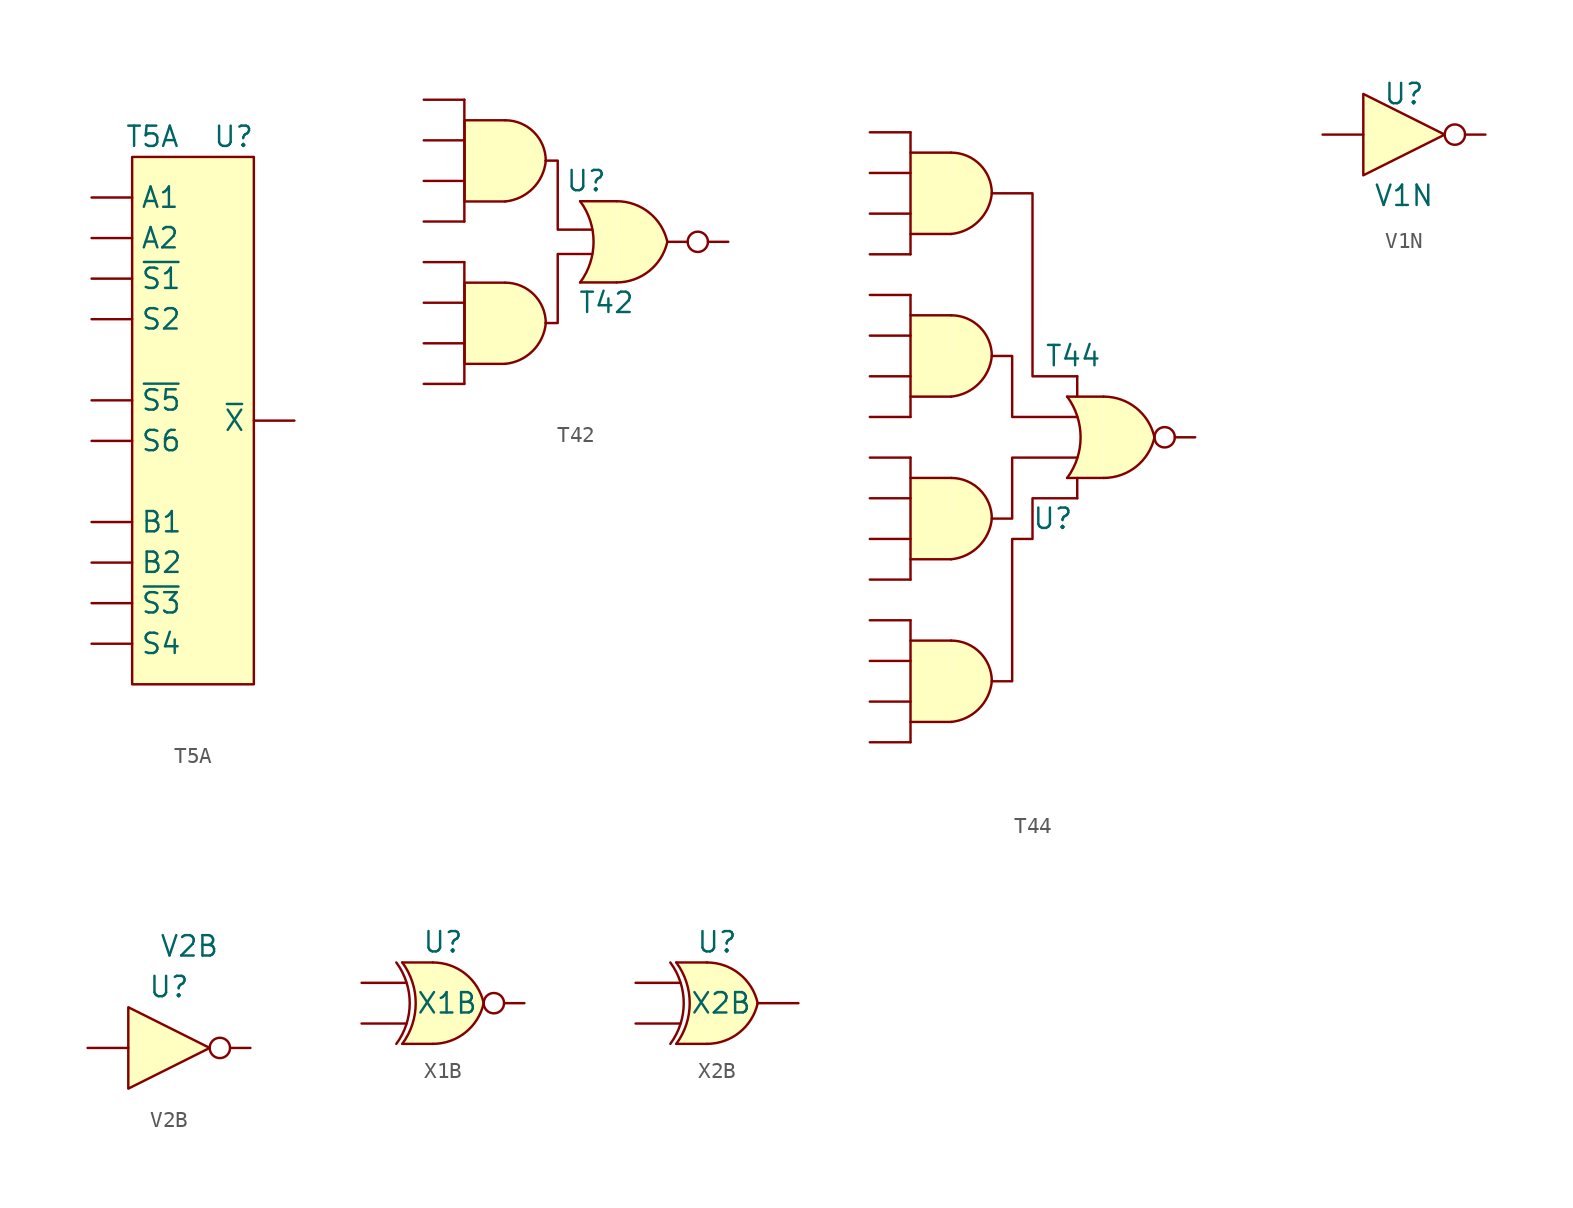
<source format=kicad_sym>
(kicad_symbol_lib
  (version 20220914)
  (generator kicad_symbol_editor)
  (symbol "T5A"
    (property "Reference" "U"
      (at 2.54 17.78 0)
      (effects (font (size 1.27 1.27))))
    (property "Value" "T5A"
      (at -2.54 17.78 0)
      (effects (font (size 1.27 1.27))))
    (symbol "T5A_1_1"
      (rectangle (start -3.81 16.51) (end 3.81 -16.51) (stroke (width 0) (type default)) (fill (type background)))
      (pin input line (at -6.35 13.97 0) (length 2.54) (name "A1" (effects (font (size 1.27 1.27)))) (number "" (effects (font (size 1.27 1.27)))))
      (pin input line (at -6.35 11.43 0) (length 2.54) (name "A2" (effects (font (size 1.27 1.27)))) (number "" (effects (font (size 1.27 1.27)))))
      (pin input line (at -6.35 -6.35 0) (length 2.54) (name "B1" (effects (font (size 1.27 1.27)))) (number "" (effects (font (size 1.27 1.27)))))
      (pin input line (at -6.35 -8.89 0) (length 2.54) (name "B2" (effects (font (size 1.27 1.27)))) (number "" (effects (font (size 1.27 1.27)))))
      (pin input line (at -6.35 6.35 0) (length 2.54) (name "S2" (effects (font (size 1.27 1.27)))) (number "" (effects (font (size 1.27 1.27)))))
      (pin input line (at -6.35 -13.97 0) (length 2.54) (name "S4" (effects (font (size 1.27 1.27)))) (number "" (effects (font (size 1.27 1.27)))))
      (pin input line (at -6.35 -1.27 0) (length 2.54) (name "S6" (effects (font (size 1.27 1.27)))) (number "" (effects (font (size 1.27 1.27)))))
      (pin input line (at -6.35 8.89 0) (length 2.54) (name "~{S1}" (effects (font (size 1.27 1.27)))) (number "" (effects (font (size 1.27 1.27)))))
      (pin input line (at -6.35 -11.43 0) (length 2.54) (name "~{S3}" (effects (font (size 1.27 1.27)))) (number "" (effects (font (size 1.27 1.27)))))
      (pin input line (at -6.35 1.27 0) (length 2.54) (name "~{S5}" (effects (font (size 1.27 1.27)))) (number "" (effects (font (size 1.27 1.27)))))
      (pin output line (at 6.35 0 180) (length 2.54) (name "~{X}" (effects (font (size 1.27 1.27)))) (number "" (effects (font (size 1.27 1.27)))))))
  (symbol "T42"
    (property "Reference" "U"
      (at 1.27 3.81 0)
      (effects (font (size 1.27 1.27))))
    (property "Value" "T42"
      (at 2.54 -3.81 0)
      (effects (font (size 1.27 1.27))))
    (symbol "T42_1_1"
      (arc (start -3.795 -7.635) (mid -2.0687 -6.8213) (end -1.255 -5.095) (stroke (width 0) (type default)) (fill (type background)))
      (arc (start -3.795 2.525) (mid -2.0687 3.3387) (end -1.255 5.065) (stroke (width 0) (type default)) (fill (type background)))
      (arc (start -1.255 -5.095) (mid -1.9989 -3.2989) (end -3.795 -2.555) (stroke (width 0) (type default)) (fill (type background)))
      (arc (start -1.255 5.065) (mid -1.9989 6.8611) (end -3.795 7.605) (stroke (width 0) (type default)) (fill (type background)))
      (polyline (pts (xy -6.35 -1.27) (xy -6.35 -8.89)) (stroke (width 0) (type default)) (fill (type none)))
      (polyline (pts (xy -6.35 8.89) (xy -6.35 1.27)) (stroke (width 0) (type default)) (fill (type none)))
      (polyline (pts (xy 3.175 -2.54) (xy 0.889 -2.54)) (stroke (width 0) (type default)) (fill (type outline)))
      (polyline (pts (xy 3.175 2.54) (xy 0.889 2.54)) (stroke (width 0) (type default)) (fill (type background)))
      (polyline (pts (xy 6.35 0) (xy 7.62 0)) (stroke (width 0) (type default)) (fill (type none)))
      (polyline (pts (xy -3.795 -2.555) (xy -6.335 -2.555) (xy -6.335 -7.635) (xy -3.795 -7.635)) (stroke (width 0) (type default)) (fill (type background)))
      (polyline (pts (xy -3.795 7.605) (xy -6.335 7.605) (xy -6.335 2.525) (xy -3.795 2.525)) (stroke (width 0) (type default)) (fill (type background)))
      (polyline (pts (xy 1.651 -0.762) (xy -0.508 -0.762) (xy -0.508 -5.08) (xy -1.27 -5.08)) (stroke (width 0) (type default)) (fill (type none)))
      (polyline (pts (xy 1.651 0.762) (xy -0.508 0.762) (xy -0.508 5.08) (xy -1.27 5.08)) (stroke (width 0) (type default)) (fill (type none)))
      (polyline (pts (xy 3.175 2.54) (xy 0.889 2.54) (xy 1.27 1.905) (xy 1.524 1.27) (xy 1.651 0.762) (xy 1.702 0.457) (xy 1.727 0.178) (xy 1.727 -0.127) (xy 1.676 -0.66) (xy 1.6 -1.016) (xy 1.499 -1.372) (xy 1.372 -1.676) (xy 1.194 -2.057) (xy 1.016 -2.337) (xy 0.889 -2.54) (xy 3.175 -2.54)) (stroke (width -0.0001) (type default)) (fill (type background)))
      (arc (start 0.8973 -2.5398) (mid 1.7338 0.0001) (end 0.8971 2.54) (stroke (width 0) (type default)) (fill (type none)))
      (arc (start 3.175 -2.54) (mid 5.2091 -1.8283) (end 6.35 0) (stroke (width 0) (type default)) (fill (type background)))
      (arc (start 6.35 0) (mid 5.2094 1.8286) (end 3.175 2.54) (stroke (width 0) (type default)) (fill (type background)))
      (pin input line (at -8.89 -8.89 0) (length 2.54) (name "" (effects (font (size 1.27 1.27)))) (number "" (effects (font (size 1.27 1.27)))))
      (pin input line (at -8.89 -6.35 0) (length 2.54) (name "" (effects (font (size 1.27 1.27)))) (number "" (effects (font (size 1.27 1.27)))))
      (pin input line (at -8.89 -3.81 0) (length 2.54) (name "" (effects (font (size 1.27 1.27)))) (number "" (effects (font (size 1.27 1.27)))))
      (pin input line (at -8.89 -1.27 0) (length 2.54) (name "" (effects (font (size 1.27 1.27)))) (number "" (effects (font (size 1.27 1.27)))))
      (pin input line (at -8.89 1.27 0) (length 2.54) (name "" (effects (font (size 1.27 1.27)))) (number "" (effects (font (size 1.27 1.27)))))
      (pin input line (at -8.89 3.81 0) (length 2.54) (name "" (effects (font (size 1.27 1.27)))) (number "" (effects (font (size 1.27 1.27)))))
      (pin input line (at -8.89 6.35 0) (length 2.54) (name "" (effects (font (size 1.27 1.27)))) (number "" (effects (font (size 1.27 1.27)))))
      (pin input line (at -8.89 8.89 0) (length 2.54) (name "" (effects (font (size 1.27 1.27)))) (number "" (effects (font (size 1.27 1.27)))))
      (pin output inverted (at 10.16 0 180) (length 2.54) (name "" (effects (font (size 1.27 1.27)))) (number "" (effects (font (size 1.27 1.27)))))))
  (symbol "T44"
    (property "Reference" "U"
      (at 1.27 -5.08 0)
      (effects (font (size 1.27 1.27))))
    (property "Value" "T44"
      (at 2.54 5.08 0)
      (effects (font (size 1.27 1.27))))
    (symbol "T44_0_1"
      (polyline (pts (xy -7.62 -17.78) (xy -7.62 -19.05)) (stroke (width 0) (type default)) (fill (type none)))
      (polyline (pts (xy -7.62 -12.7) (xy -7.62 -11.43)) (stroke (width 0) (type default)) (fill (type none)))
      (polyline (pts (xy -7.62 -7.62) (xy -7.62 -8.89)) (stroke (width 0) (type default)) (fill (type none)))
      (polyline (pts (xy -7.62 -2.54) (xy -7.62 -1.27)) (stroke (width 0) (type default)) (fill (type none)))
      (polyline (pts (xy -7.62 2.54) (xy -7.62 1.27)) (stroke (width 0) (type default)) (fill (type none)))
      (polyline (pts (xy -7.62 7.62) (xy -7.62 8.89)) (stroke (width 0) (type default)) (fill (type none)))
      (polyline (pts (xy -7.62 12.7) (xy -7.62 11.43)) (stroke (width 0) (type default)) (fill (type none)))
      (polyline (pts (xy -7.62 17.78) (xy -7.62 19.05)) (stroke (width 0) (type default)) (fill (type none)))
      (polyline (pts (xy 2.794 -3.81) (xy 2.794 -2.54)) (stroke (width 0) (type default)) (fill (type none)))
      (polyline (pts (xy 2.794 3.81) (xy 2.794 2.54)) (stroke (width 0) (type default)) (fill (type none)))
      (polyline (pts (xy -2.54 -5.08) (xy -1.27 -5.08) (xy -1.27 -1.27) (xy 2.794 -1.27)) (stroke (width 0) (type default)) (fill (type none)))
      (polyline (pts (xy -2.54 5.08) (xy -1.27 5.08) (xy -1.27 1.27) (xy 2.794 1.27)) (stroke (width 0) (type default)) (fill (type none)))
      (polyline (pts (xy -2.54 15.24) (xy 0 15.24) (xy 0 3.81) (xy 2.794 3.81)) (stroke (width 0) (type default)) (fill (type none)))
      (polyline (pts (xy -2.54 -15.24) (xy -1.27 -15.24) (xy -1.27 -6.35) (xy 0 -6.35) (xy 0 -3.81) (xy 2.794 -3.81)) (stroke (width 0) (type default)) (fill (type none))))
    (symbol "T44_1_1"
      (arc (start -5.08 -17.78) (mid -3.3537 -16.9663) (end -2.54 -15.24) (stroke (width 0) (type default)) (fill (type background)))
      (arc (start -5.08 -7.62) (mid -3.3537 -6.8063) (end -2.54 -5.08) (stroke (width 0) (type default)) (fill (type background)))
      (arc (start -5.08 2.54) (mid -3.3537 3.3537) (end -2.54 5.08) (stroke (width 0) (type default)) (fill (type background)))
      (arc (start -5.08 12.7) (mid -3.3537 13.5137) (end -2.54 15.24) (stroke (width 0) (type default)) (fill (type background)))
      (arc (start -2.54 -15.24) (mid -3.2839 -13.4439) (end -5.08 -12.7) (stroke (width 0) (type default)) (fill (type background)))
      (arc (start -2.54 -5.08) (mid -3.2839 -3.2839) (end -5.08 -2.54) (stroke (width 0) (type default)) (fill (type background)))
      (arc (start -2.54 5.08) (mid -3.2839 6.8761) (end -5.08 7.62) (stroke (width 0) (type default)) (fill (type background)))
      (arc (start -2.54 15.24) (mid -3.2839 17.0361) (end -5.08 17.78) (stroke (width 0) (type default)) (fill (type background)))
      (polyline (pts (xy 4.445 -2.54) (xy 2.159 -2.54)) (stroke (width 0) (type default)) (fill (type outline)))
      (polyline (pts (xy 4.445 2.54) (xy 2.159 2.54)) (stroke (width 0) (type default)) (fill (type background)))
      (polyline (pts (xy -5.08 -12.7) (xy -7.62 -12.7) (xy -7.62 -17.78) (xy -5.08 -17.78)) (stroke (width 0) (type default)) (fill (type background)))
      (polyline (pts (xy -5.08 -2.54) (xy -7.62 -2.54) (xy -7.62 -7.62) (xy -5.08 -7.62)) (stroke (width 0) (type default)) (fill (type background)))
      (polyline (pts (xy -5.08 7.62) (xy -7.62 7.62) (xy -7.62 2.54) (xy -5.08 2.54)) (stroke (width 0) (type default)) (fill (type background)))
      (polyline (pts (xy -5.08 17.78) (xy -7.62 17.78) (xy -7.62 12.7) (xy -5.08 12.7)) (stroke (width 0) (type default)) (fill (type background)))
      (polyline (pts (xy 4.445 2.54) (xy 2.159 2.54) (xy 2.54 1.905) (xy 2.794 1.27) (xy 2.921 0.762) (xy 2.972 0.457) (xy 2.997 0.178) (xy 2.997 -0.127) (xy 2.946 -0.66) (xy 2.87 -1.016) (xy 2.769 -1.372) (xy 2.642 -1.676) (xy 2.464 -2.057) (xy 2.286 -2.337) (xy 2.159 -2.54) (xy 4.445 -2.54)) (stroke (width -0.0001) (type default)) (fill (type background)))
      (arc (start 2.1673 -2.5398) (mid 3.0038 0.0001) (end 2.1671 2.54) (stroke (width 0) (type default)) (fill (type none)))
      (arc (start 4.445 -2.54) (mid 6.4791 -1.8282) (end 7.62 0) (stroke (width 0) (type default)) (fill (type background)))
      (arc (start 7.62 0) (mid 6.4794 1.8286) (end 4.445 2.54) (stroke (width 0) (type default)) (fill (type background)))
      (pin input line (at -10.16 -19.05 0) (length 2.54) (name "" (effects (font (size 1.27 1.27)))) (number "" (effects (font (size 1.27 1.27)))))
      (pin input line (at -10.16 -16.51 0) (length 2.54) (name "" (effects (font (size 1.27 1.27)))) (number "" (effects (font (size 1.27 1.27)))))
      (pin input line (at -10.16 -13.97 0) (length 2.54) (name "" (effects (font (size 1.27 1.27)))) (number "" (effects (font (size 1.27 1.27)))))
      (pin input line (at -10.16 -11.43 0) (length 2.54) (name "" (effects (font (size 1.27 1.27)))) (number "" (effects (font (size 1.27 1.27)))))
      (pin input line (at -10.16 -8.89 0) (length 2.54) (name "" (effects (font (size 1.27 1.27)))) (number "" (effects (font (size 1.27 1.27)))))
      (pin input line (at -10.16 -6.35 0) (length 2.54) (name "" (effects (font (size 1.27 1.27)))) (number "" (effects (font (size 1.27 1.27)))))
      (pin input line (at -10.16 -3.81 0) (length 2.54) (name "" (effects (font (size 1.27 1.27)))) (number "" (effects (font (size 1.27 1.27)))))
      (pin input line (at -10.16 -1.27 0) (length 2.54) (name "" (effects (font (size 1.27 1.27)))) (number "" (effects (font (size 1.27 1.27)))))
      (pin input line (at -10.16 1.27 0) (length 2.54) (name "" (effects (font (size 1.27 1.27)))) (number "" (effects (font (size 1.27 1.27)))))
      (pin input line (at -10.16 3.81 0) (length 2.54) (name "" (effects (font (size 1.27 1.27)))) (number "" (effects (font (size 1.27 1.27)))))
      (pin input line (at -10.16 6.35 0) (length 2.54) (name "" (effects (font (size 1.27 1.27)))) (number "" (effects (font (size 1.27 1.27)))))
      (pin input line (at -10.16 8.89 0) (length 2.54) (name "" (effects (font (size 1.27 1.27)))) (number "" (effects (font (size 1.27 1.27)))))
      (pin input line (at -10.16 11.43 0) (length 2.54) (name "" (effects (font (size 1.27 1.27)))) (number "" (effects (font (size 1.27 1.27)))))
      (pin input line (at -10.16 13.97 0) (length 2.54) (name "" (effects (font (size 1.27 1.27)))) (number "" (effects (font (size 1.27 1.27)))))
      (pin input line (at -10.16 16.51 0) (length 2.54) (name "" (effects (font (size 1.27 1.27)))) (number "" (effects (font (size 1.27 1.27)))))
      (pin input line (at -10.16 19.05 0) (length 2.54) (name "" (effects (font (size 1.27 1.27)))) (number "" (effects (font (size 1.27 1.27)))))
      (pin output inverted (at 10.16 0 180) (length 2.54) (name "" (effects (font (size 1.27 1.27)))) (number "" (effects (font (size 1.27 1.27)))))))
  (symbol "V1N"
    (property "Reference" "U"
      (at 0 2.54 0)
      (effects (font (size 1.27 1.27))))
    (property "Value" "V1N"
      (at 0 -3.81 0)
      (effects (font (size 1.27 1.27))))
    (symbol "V1N_1_1"
      (polyline (pts (xy -2.54 2.54) (xy -2.54 -2.54) (xy 2.54 0) (xy -2.54 2.54)) (stroke (width 0) (type default)) (fill (type background)))
      (pin input line (at -5.08 0 0) (length 2.54) (name "" (effects (font (size 1.27 1.27)))) (number "" (effects (font (size 1.27 1.27)))))
      (pin output inverted (at 5.08 0 180) (length 2.54) (name "" (effects (font (size 1.27 1.27)))) (number "" (effects (font (size 1.27 1.27)))))))
  (symbol "V2B"
    (property "Reference" "U"
      (at 0 3.81 0)
      (effects (font (size 1.27 1.27))))
    (property "Value" "V2B"
      (at 1.27 6.35 0)
      (effects (font (size 1.27 1.27))))
    (symbol "V2B_1_1"
      (polyline (pts (xy -2.54 2.54) (xy -2.54 -2.54) (xy 2.54 0) (xy -2.54 2.54)) (stroke (width 0) (type default)) (fill (type background)))
      (pin input line (at -5.08 0 0) (length 2.54) (name "" (effects (font (size 1.27 1.27)))) (number "" (effects (font (size 1.27 1.27)))))
      (pin output inverted (at 5.08 0 180) (length 2.54) (name "" (effects (font (size 1.27 1.27)))) (number "" (effects (font (size 1.27 1.27)))))))
  (symbol "X1B"
    (property "Reference" "U"
      (at 0 3.81 0)
      (effects (font (size 1.27 1.27))))
    (property "Value" "X1B"
      (at 0.254 0 0)
      (effects (font (size 1.27 1.27))))
    (symbol "X1B_1_1"
      (arc (start -2.9127 -2.5398) (mid -2.0762 0.0001) (end -2.9129 2.54) (stroke (width 0) (type default)) (fill (type none)))
      (arc (start -2.54 -2.54) (mid -1.7035 -0.0001) (end -2.5402 2.5398) (stroke (width 0) (type default)) (fill (type none)))
      (arc (start -0.635 -2.54) (mid 1.3992 -1.8283) (end 2.54 0) (stroke (width 0) (type default)) (fill (type background)))
      (polyline (pts (xy -0.635 -2.54) (xy -2.54 -2.54)) (stroke (width 0) (type default)) (fill (type outline)))
      (polyline (pts (xy -0.635 2.54) (xy -2.54 2.54)) (stroke (width 0) (type default)) (fill (type background)))
      (polyline (pts (xy -0.635 2.54) (xy -2.54 2.54) (xy -2.159 1.905) (xy -1.905 1.27) (xy -1.778 0.762) (xy -1.727 0.457) (xy -1.702 0.178) (xy -1.702 -0.127) (xy -1.753 -0.66) (xy -1.829 -1.016) (xy -1.93 -1.372) (xy -2.057 -1.676) (xy -2.235 -2.057) (xy -2.413 -2.337) (xy -2.54 -2.54) (xy -0.635 -2.54)) (stroke (width -0.0001) (type default)) (fill (type background)))
      (arc (start 2.54 0) (mid 1.3994 1.8287) (end -0.635 2.54) (stroke (width 0) (type default)) (fill (type background)))
      (pin input line (at -5.08 -1.27 0) (length 2.794) (name "" (effects (font (size 1.27 1.27)))) (number "" (effects (font (size 1.27 1.27)))))
      (pin input line (at -5.08 1.27 0) (length 2.794) (name "" (effects (font (size 1.27 1.27)))) (number "" (effects (font (size 1.27 1.27)))))
      (pin output inverted (at 5.08 0 180) (length 2.54) (name "" (effects (font (size 1.27 1.27)))) (number "" (effects (font (size 1.27 1.27)))))))
  (symbol "X2B"
    (property "Reference" "U"
      (at 0 3.81 0)
      (effects (font (size 1.27 1.27))))
    (property "Value" "X2B"
      (at 0.254 0 0)
      (effects (font (size 1.27 1.27))))
    (symbol "X2B_1_1"
      (arc (start -2.9127 -2.5398) (mid -2.0762 0.0001) (end -2.9129 2.54) (stroke (width 0) (type default)) (fill (type none)))
      (arc (start -2.54 -2.54) (mid -1.7035 -0.0001) (end -2.5402 2.5398) (stroke (width 0) (type default)) (fill (type none)))
      (arc (start -0.635 -2.54) (mid 1.3992 -1.8283) (end 2.54 0) (stroke (width 0) (type default)) (fill (type background)))
      (polyline (pts (xy -0.635 -2.54) (xy -2.54 -2.54)) (stroke (width 0) (type default)) (fill (type outline)))
      (polyline (pts (xy -0.635 2.54) (xy -2.54 2.54)) (stroke (width 0) (type default)) (fill (type background)))
      (polyline (pts (xy -0.635 2.54) (xy -2.54 2.54) (xy -2.159 1.905) (xy -1.905 1.27) (xy -1.778 0.762) (xy -1.727 0.457) (xy -1.702 0.178) (xy -1.702 -0.127) (xy -1.753 -0.66) (xy -1.829 -1.016) (xy -1.93 -1.372) (xy -2.057 -1.676) (xy -2.235 -2.057) (xy -2.413 -2.337) (xy -2.54 -2.54) (xy -0.635 -2.54)) (stroke (width -0.0001) (type default)) (fill (type background)))
      (arc (start 2.54 0) (mid 1.3994 1.8287) (end -0.635 2.54) (stroke (width 0) (type default)) (fill (type background)))
      (pin input line (at -5.08 -1.27 0) (length 2.794) (name "" (effects (font (size 1.27 1.27)))) (number "" (effects (font (size 1.27 1.27)))))
      (pin input line (at -5.08 1.27 0) (length 2.794) (name "" (effects (font (size 1.27 1.27)))) (number "" (effects (font (size 1.27 1.27)))))
      (pin output line (at 5.08 0 180) (length 2.54) (name "" (effects (font (size 1.27 1.27)))) (number "" (effects (font (size 1.27 1.27))))))))
</source>
